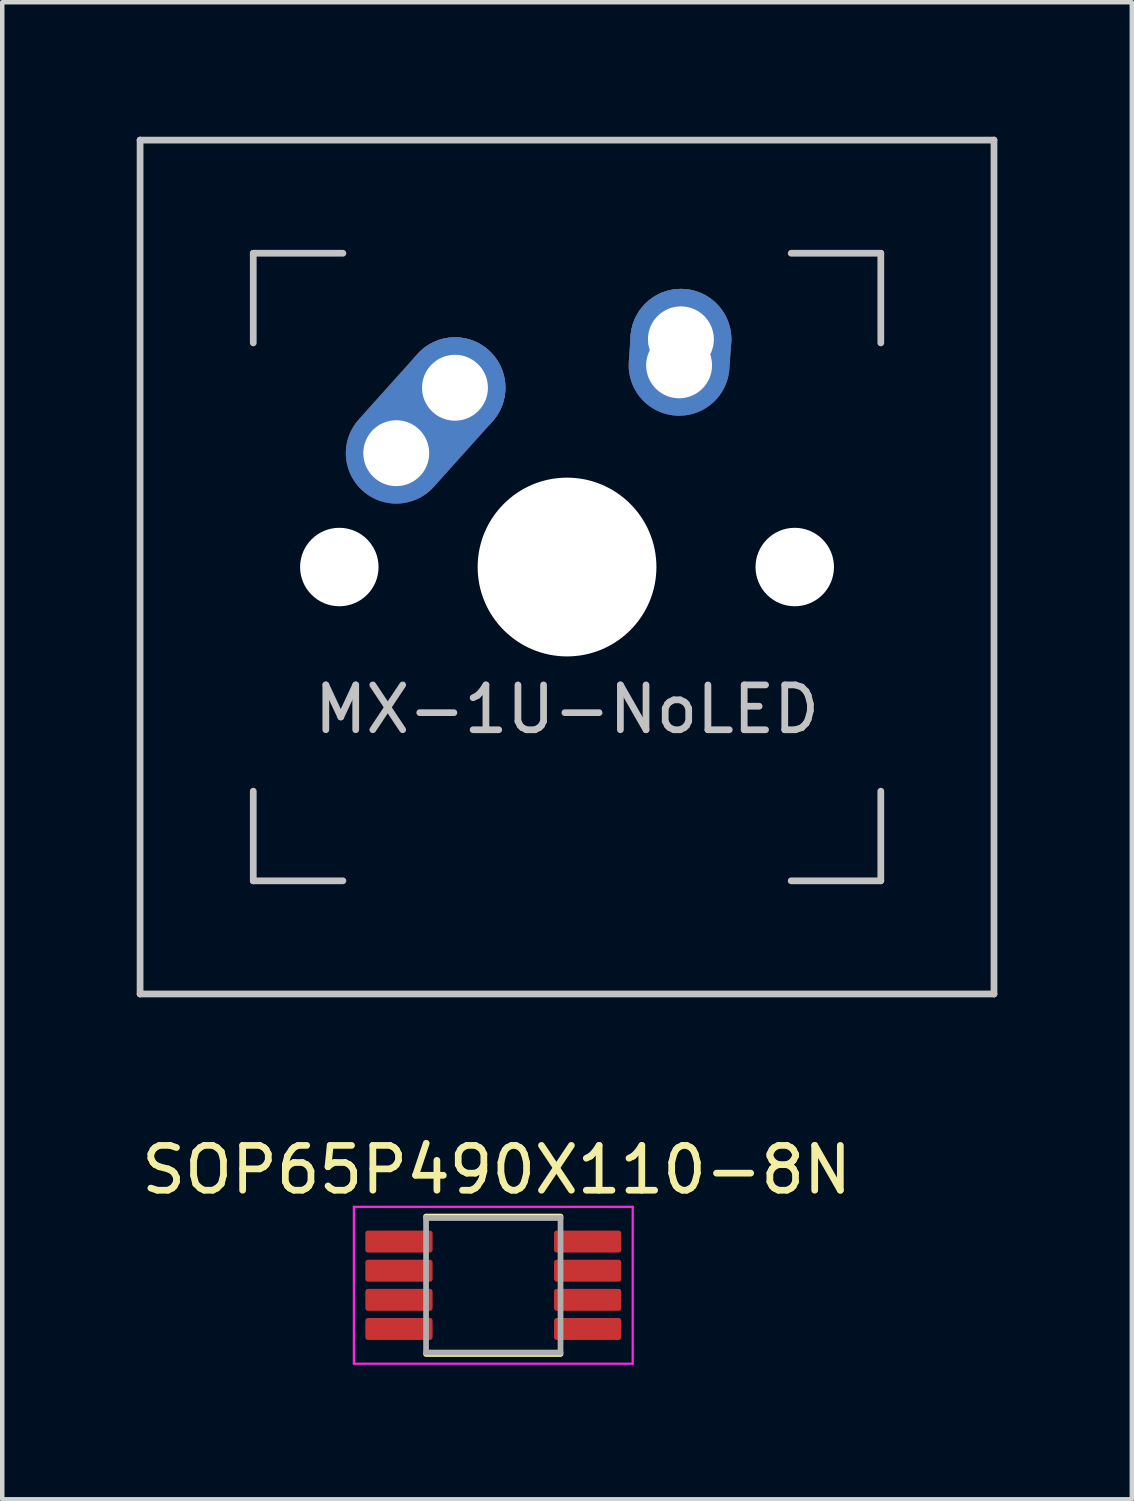
<source format=kicad_pcb>
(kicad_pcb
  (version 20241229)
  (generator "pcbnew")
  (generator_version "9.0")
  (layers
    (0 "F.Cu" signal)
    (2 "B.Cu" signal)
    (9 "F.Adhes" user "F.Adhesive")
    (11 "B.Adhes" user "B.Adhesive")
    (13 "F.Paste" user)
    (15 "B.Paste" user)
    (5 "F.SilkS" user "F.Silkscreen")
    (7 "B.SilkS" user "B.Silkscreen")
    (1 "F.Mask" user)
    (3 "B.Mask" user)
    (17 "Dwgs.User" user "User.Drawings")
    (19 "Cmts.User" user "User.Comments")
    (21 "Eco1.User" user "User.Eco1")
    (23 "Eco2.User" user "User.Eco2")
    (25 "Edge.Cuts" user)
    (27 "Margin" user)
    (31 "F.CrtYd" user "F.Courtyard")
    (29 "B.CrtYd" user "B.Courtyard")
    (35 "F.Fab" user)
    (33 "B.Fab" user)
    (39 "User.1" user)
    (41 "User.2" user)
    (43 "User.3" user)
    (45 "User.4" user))
  (footprint "MX-1U-NoLED"
    (layer "F.Cu")
    (at 9.6 9.6)
    (property "Reference" "MX-1U-NoLED" (at 0 3.175 0) (layer "Dwgs.User") (effects (font (size 1 1) (thickness 0.15))))
    (attr through_hole)
    (fp_line (start -9.525 -9.525) (end 9.525 -9.525) (stroke (width 0.15) (type solid)) (layer "Dwgs.User"))
    (fp_line (start -9.525 9.525) (end -9.525 -9.525) (stroke (width 0.15) (type solid)) (layer "Dwgs.User"))
    (fp_line (start -7 -7) (end -7 -5) (stroke (width 0.15) (type solid)) (layer "Dwgs.User"))
    (fp_line (start -7 5) (end -7 7) (stroke (width 0.15) (type solid)) (layer "Dwgs.User"))
    (fp_line (start -7 7) (end -5 7) (stroke (width 0.15) (type solid)) (layer "Dwgs.User"))
    (fp_line (start -5 -7) (end -7 -7) (stroke (width 0.15) (type solid)) (layer "Dwgs.User"))
    (fp_line (start 5 -7) (end 7 -7) (stroke (width 0.15) (type solid)) (layer "Dwgs.User"))
    (fp_line (start 5 7) (end 7 7) (stroke (width 0.15) (type solid)) (layer "Dwgs.User"))
    (fp_line (start 7 -7) (end 7 -5) (stroke (width 0.15) (type solid)) (layer "Dwgs.User"))
    (fp_line (start 7 7) (end 7 5) (stroke (width 0.15) (type solid)) (layer "Dwgs.User"))
    (fp_line (start 9.525 -9.525) (end 9.525 9.525) (stroke (width 0.15) (type solid)) (layer "Dwgs.User"))
    (fp_line (start 9.525 9.525) (end -9.525 9.525) (stroke (width 0.15) (type solid)) (layer "Dwgs.User"))
    (pad "" np_thru_hole circle (at -5.08 0 48.1) (size 1.75 1.75) (drill 1.75) (layers "*.Cu" "*.Mask"))
    (pad "" np_thru_hole circle (at 0 0) (size 3.988 3.988) (drill 3.988) (layers "*.Cu" "*.Mask"))
    (pad "" np_thru_hole circle (at 5.08 0 48.1) (size 1.75 1.75) (drill 1.75) (layers "*.Cu" "*.Mask"))
    (pad "1" thru_hole oval (at -3.81 -2.54 48.1) (size 4.212 2.25) (drill 1.47 (offset 0.981 0)) (layers "*.Cu" "B.Mask"))
    (pad "1" thru_hole circle (at -2.5 -4) (size 2.25 2.25) (drill 1.47) (layers "*.Cu" "B.Mask"))
    (pad "2" thru_hole oval (at 2.5 -4.5 86.055) (size 2.831 2.25) (drill 1.47 (offset 0.291 0)) (layers "*.Cu" "B.Mask"))
    (pad "2" thru_hole circle (at 2.54 -5.08) (size 2.25 2.25) (drill 1.47) (layers "*.Cu" "B.Mask")))
  (footprint "SOP65P490X110-8N"
    (layer "F.Cu")
    (at 7.955 25.623)
    (property "Reference" "SOP65P490X110-8N" (at 0.075 -2.575 0) (layer "F.SilkS") (effects (font (size 1 1) (thickness 0.15))))
    (attr through_hole)
    (fp_line (start -1.5 -1.534) (end 1.5 -1.534) (stroke (width 0.127) (type solid)) (layer "F.SilkS"))
    (fp_line (start 1.5 1.534) (end -1.5 1.534) (stroke (width 0.127) (type solid)) (layer "F.SilkS"))
    (fp_line (start -3.11 -1.75) (end 3.11 -1.75) (stroke (width 0.05) (type solid)) (layer "F.CrtYd"))
    (fp_line (start -3.11 1.75) (end -3.11 -1.75) (stroke (width 0.05) (type solid)) (layer "F.CrtYd"))
    (fp_line (start 3.11 -1.75) (end 3.11 1.75) (stroke (width 0.05) (type solid)) (layer "F.CrtYd"))
    (fp_line (start 3.11 1.75) (end -3.11 1.75) (stroke (width 0.05) (type solid)) (layer "F.CrtYd"))
    (fp_line (start -1.5 -1.5) (end 1.5 -1.5) (stroke (width 0.127) (type solid)) (layer "F.Fab"))
    (fp_line (start -1.5 1.5) (end -1.5 -1.5) (stroke (width 0.127) (type solid)) (layer "F.Fab"))
    (fp_line (start 1.5 -1.5) (end 1.5 1.5) (stroke (width 0.127) (type solid)) (layer "F.Fab"))
    (fp_line (start 1.5 1.5) (end -1.5 1.5) (stroke (width 0.127) (type solid)) (layer "F.Fab"))
    (pad "1" smd roundrect (at -2.105 -0.975) (size 1.5 0.49) (layers "F.Cu" "F.Mask" "F.Paste") (roundrect_rratio 0.12))
    (pad "2" smd roundrect (at -2.105 -0.325) (size 1.5 0.49) (layers "F.Cu" "F.Mask" "F.Paste") (roundrect_rratio 0.12))
    (pad "3" smd roundrect (at -2.105 0.325) (size 1.5 0.49) (layers "F.Cu" "F.Mask" "F.Paste") (roundrect_rratio 0.12))
    (pad "4" smd roundrect (at -2.105 0.975) (size 1.5 0.49) (layers "F.Cu" "F.Mask" "F.Paste") (roundrect_rratio 0.12))
    (pad "5" smd roundrect (at 2.105 0.975 180) (size 1.5 0.49) (layers "F.Cu" "F.Mask" "F.Paste") (roundrect_rratio 0.12))
    (pad "6" smd roundrect (at 2.105 0.325 180) (size 1.5 0.49) (layers "F.Cu" "F.Mask" "F.Paste") (roundrect_rratio 0.12))
    (pad "7" smd roundrect (at 2.105 -0.325 180) (size 1.5 0.49) (layers "F.Cu" "F.Mask" "F.Paste") (roundrect_rratio 0.12))
    (pad "8" smd roundrect (at 2.105 -0.975 180) (size 1.5 0.49) (layers "F.Cu" "F.Mask" "F.Paste") (roundrect_rratio 0.12)))
  (gr_rect
    (start -3 -3)
    (end 22.2 30.398)
    (stroke (width 0.1) (type default))
    (fill no)
    (layer "Edge.Cuts")))
</source>
